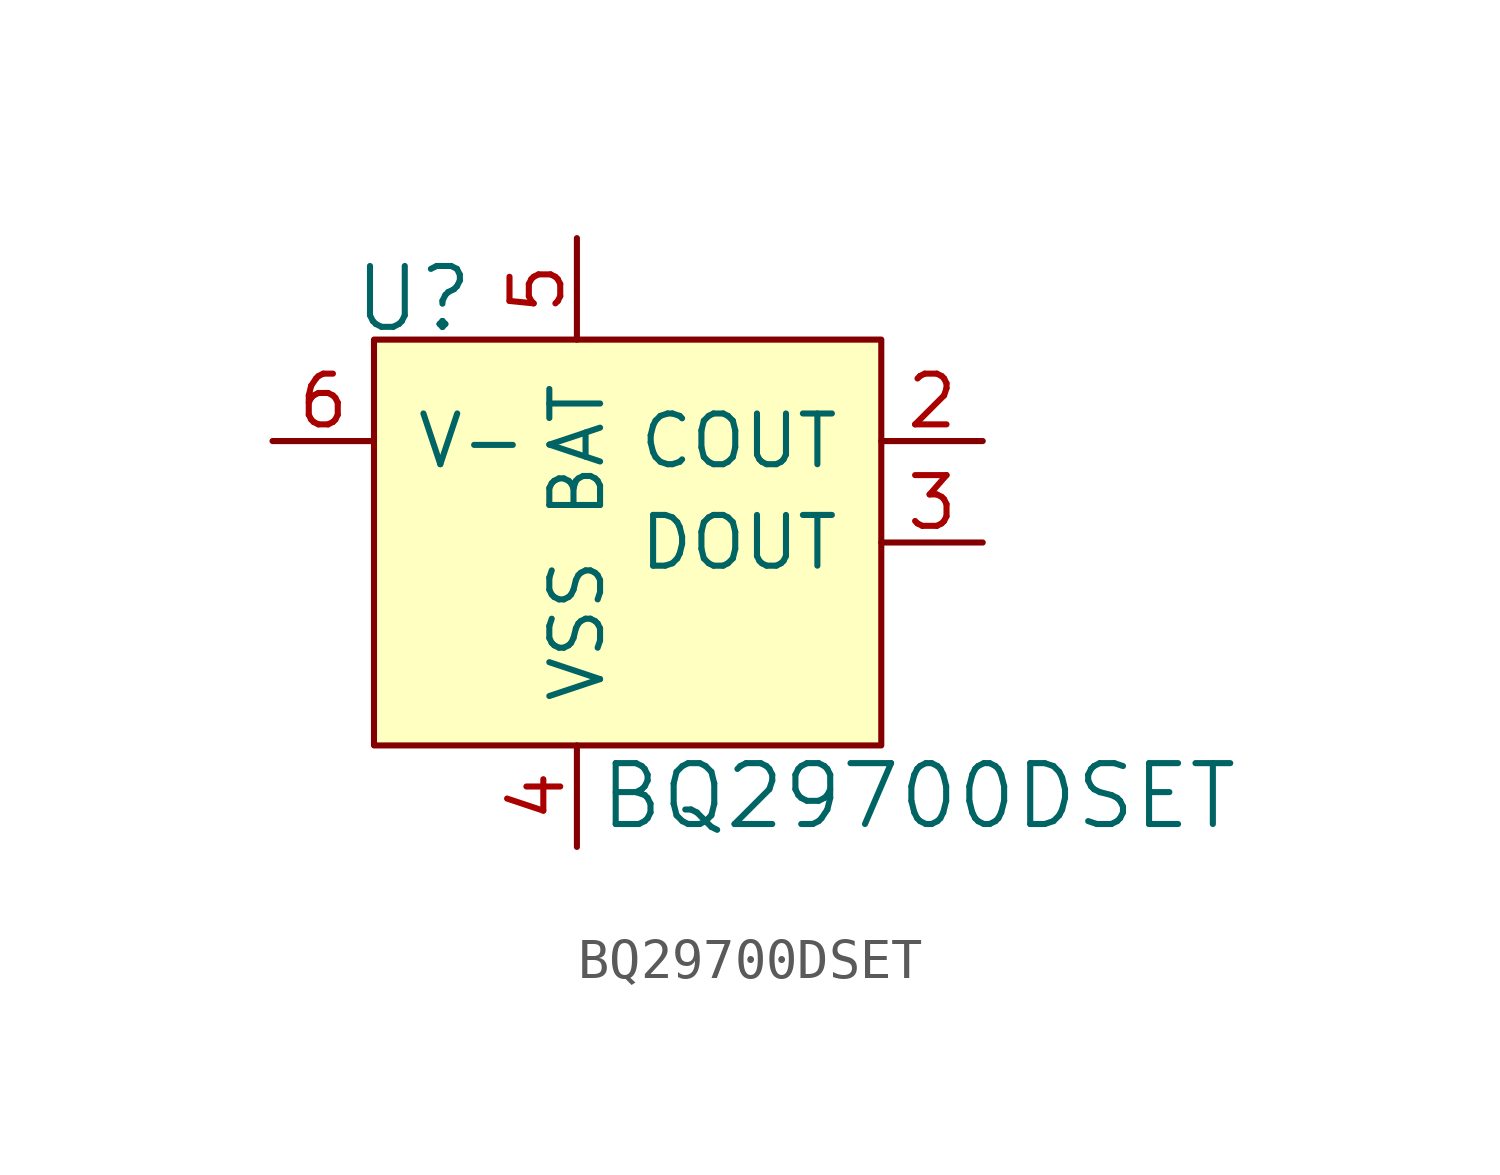
<source format=kicad_sym>
(kicad_symbol_lib
  (version 20201005)
  (generator kicad_symbol_editor)
  (symbol "BQ29700DSET"
    (pin_names
      (offset 1.016))
    (property "Reference" "U"
      (at -2.54 3.556 0)
      (effects (font (size 1.524 1.524)) (justify right)))
    (property "Value" "BQ29700DSET"
      (at 0.508 -8.89 0)
      (effects (font (size 1.524 1.524)) (justify left)))
    (symbol "BQ29700DSET_0_1"
      (rectangle (start -5.08 2.54) (end 7.62 -7.62) (stroke (width 0)) (fill (type background))))
    (symbol "BQ29700DSET_1_1"
      (pin no_connect line (at 0 -5.08 0) (length 2.54) hide (name "NC" (effects (font (size 1.27 1.27)))) (number "1" (effects (font (size 1.27 1.27)))))
      (pin output line (at 10.16 0 180) (length 2.54) (name "COUT" (effects (font (size 1.27 1.27)))) (number "2" (effects (font (size 1.27 1.27)))))
      (pin output line (at 10.16 -2.54 180) (length 2.54) (name "DOUT" (effects (font (size 1.27 1.27)))) (number "3" (effects (font (size 1.27 1.27)))))
      (pin power_in line (at 0 -10.16 90) (length 2.54) (name "VSS" (effects (font (size 1.27 1.27)))) (number "4" (effects (font (size 1.27 1.27)))))
      (pin power_in line (at 0 5.08 270) (length 2.54) (name "BAT" (effects (font (size 1.27 1.27)))) (number "5" (effects (font (size 1.27 1.27)))))
      (pin input line (at -7.62 0 0) (length 2.54) (name "V-" (effects (font (size 1.27 1.27)))) (number "6" (effects (font (size 1.27 1.27))))))))
</source>
